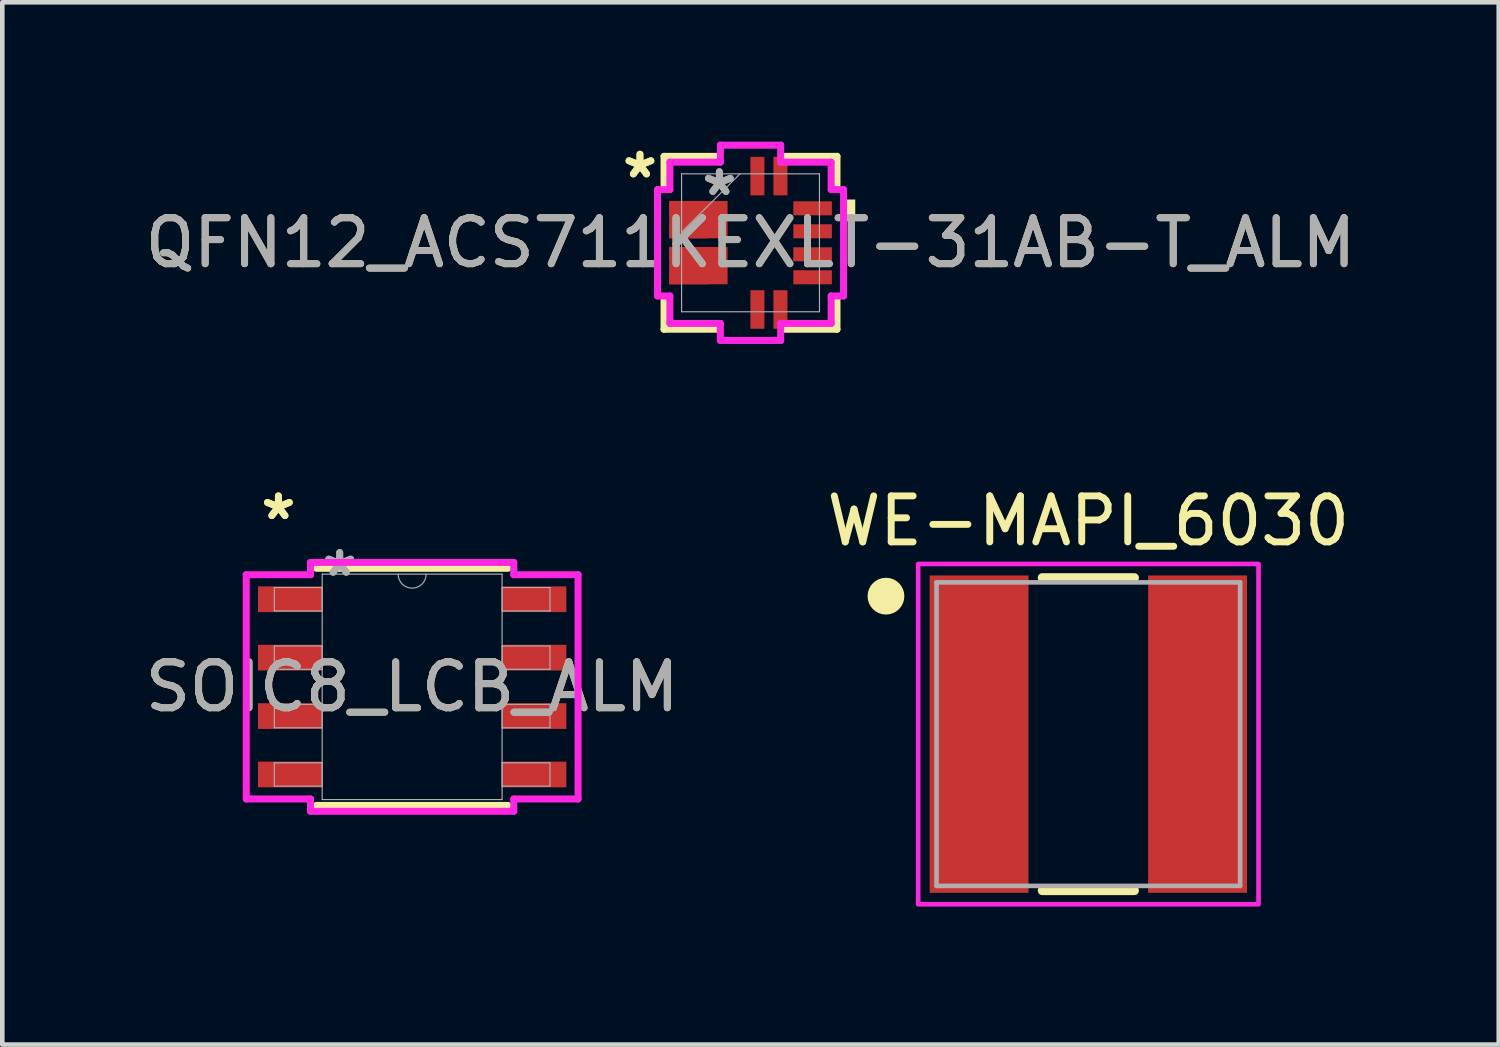
<source format=kicad_pcb>
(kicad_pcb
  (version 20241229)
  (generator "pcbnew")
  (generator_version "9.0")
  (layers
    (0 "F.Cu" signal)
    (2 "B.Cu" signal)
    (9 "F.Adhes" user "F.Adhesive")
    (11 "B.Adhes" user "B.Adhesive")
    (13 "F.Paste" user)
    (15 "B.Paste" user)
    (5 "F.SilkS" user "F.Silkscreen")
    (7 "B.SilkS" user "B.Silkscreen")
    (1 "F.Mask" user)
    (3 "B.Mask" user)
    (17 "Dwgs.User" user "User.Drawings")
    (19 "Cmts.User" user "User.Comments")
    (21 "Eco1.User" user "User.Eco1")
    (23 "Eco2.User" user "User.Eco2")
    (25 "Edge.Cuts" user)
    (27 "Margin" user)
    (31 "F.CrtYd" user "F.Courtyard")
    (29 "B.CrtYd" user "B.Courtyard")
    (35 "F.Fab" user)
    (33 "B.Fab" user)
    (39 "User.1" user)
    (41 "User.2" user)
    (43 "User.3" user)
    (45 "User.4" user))
  (footprint "SOIC8_LCB_ALM"
    (layer "F.Cu")
    (at 5.911 11.884)
    (property "Reference" "SOIC8_LCB_ALM" (at 0 0 0) (unlocked yes) (layer "F.SilkS") (effects (font (size 1 1) (thickness 0.15))))
    (attr smd)
    (fp_line (start -2.083 2.578) (end 2.083 2.578) (stroke (width 0.152) (type solid)) (layer "F.SilkS"))
    (fp_line (start 2.083 -2.578) (end -2.083 -2.578) (stroke (width 0.152) (type solid)) (layer "F.SilkS"))
    (fp_line (start -3.607 -2.438) (end -2.21 -2.438) (stroke (width 0.152) (type solid)) (layer "F.CrtYd"))
    (fp_line (start -3.607 2.438) (end -3.607 -2.438) (stroke (width 0.152) (type solid)) (layer "F.CrtYd"))
    (fp_line (start -3.607 2.438) (end -2.21 2.438) (stroke (width 0.152) (type solid)) (layer "F.CrtYd"))
    (fp_line (start -2.21 -2.705) (end 2.21 -2.705) (stroke (width 0.152) (type solid)) (layer "F.CrtYd"))
    (fp_line (start -2.21 -2.438) (end -2.21 -2.705) (stroke (width 0.152) (type solid)) (layer "F.CrtYd"))
    (fp_line (start -2.21 2.705) (end -2.21 2.438) (stroke (width 0.152) (type solid)) (layer "F.CrtYd"))
    (fp_line (start 2.21 -2.705) (end 2.21 -2.438) (stroke (width 0.152) (type solid)) (layer "F.CrtYd"))
    (fp_line (start 2.21 2.438) (end 2.21 2.705) (stroke (width 0.152) (type solid)) (layer "F.CrtYd"))
    (fp_line (start 2.21 2.705) (end -2.21 2.705) (stroke (width 0.152) (type solid)) (layer "F.CrtYd"))
    (fp_line (start 3.607 -2.438) (end 2.21 -2.438) (stroke (width 0.152) (type solid)) (layer "F.CrtYd"))
    (fp_line (start 3.607 -2.438) (end 3.607 2.438) (stroke (width 0.152) (type solid)) (layer "F.CrtYd"))
    (fp_line (start 3.607 2.438) (end 2.21 2.438) (stroke (width 0.152) (type solid)) (layer "F.CrtYd"))
    (fp_line (start -2.997 -2.159) (end -2.997 -1.651) (stroke (width 0.025) (type solid)) (layer "F.Fab"))
    (fp_line (start -2.997 -1.651) (end -1.956 -1.651) (stroke (width 0.025) (type solid)) (layer "F.Fab"))
    (fp_line (start -2.997 -0.889) (end -2.997 -0.381) (stroke (width 0.025) (type solid)) (layer "F.Fab"))
    (fp_line (start -2.997 -0.381) (end -1.956 -0.381) (stroke (width 0.025) (type solid)) (layer "F.Fab"))
    (fp_line (start -2.997 0.381) (end -2.997 0.889) (stroke (width 0.025) (type solid)) (layer "F.Fab"))
    (fp_line (start -2.997 0.889) (end -1.956 0.889) (stroke (width 0.025) (type solid)) (layer "F.Fab"))
    (fp_line (start -2.997 1.651) (end -2.997 2.159) (stroke (width 0.025) (type solid)) (layer "F.Fab"))
    (fp_line (start -2.997 2.159) (end -1.956 2.159) (stroke (width 0.025) (type solid)) (layer "F.Fab"))
    (fp_line (start -1.956 -2.451) (end -1.956 2.451) (stroke (width 0.025) (type solid)) (layer "F.Fab"))
    (fp_line (start -1.956 -2.159) (end -2.997 -2.159) (stroke (width 0.025) (type solid)) (layer "F.Fab"))
    (fp_line (start -1.956 -1.651) (end -1.956 -2.159) (stroke (width 0.025) (type solid)) (layer "F.Fab"))
    (fp_line (start -1.956 -0.889) (end -2.997 -0.889) (stroke (width 0.025) (type solid)) (layer "F.Fab"))
    (fp_line (start -1.956 -0.381) (end -1.956 -0.889) (stroke (width 0.025) (type solid)) (layer "F.Fab"))
    (fp_line (start -1.956 0.381) (end -2.997 0.381) (stroke (width 0.025) (type solid)) (layer "F.Fab"))
    (fp_line (start -1.956 0.889) (end -1.956 0.381) (stroke (width 0.025) (type solid)) (layer "F.Fab"))
    (fp_line (start -1.956 1.651) (end -2.997 1.651) (stroke (width 0.025) (type solid)) (layer "F.Fab"))
    (fp_line (start -1.956 2.159) (end -1.956 1.651) (stroke (width 0.025) (type solid)) (layer "F.Fab"))
    (fp_line (start -1.956 2.451) (end 1.956 2.451) (stroke (width 0.025) (type solid)) (layer "F.Fab"))
    (fp_line (start 1.956 -2.451) (end -1.956 -2.451) (stroke (width 0.025) (type solid)) (layer "F.Fab"))
    (fp_line (start 1.956 -2.159) (end 1.956 -1.651) (stroke (width 0.025) (type solid)) (layer "F.Fab"))
    (fp_line (start 1.956 -1.651) (end 2.997 -1.651) (stroke (width 0.025) (type solid)) (layer "F.Fab"))
    (fp_line (start 1.956 -0.889) (end 1.956 -0.381) (stroke (width 0.025) (type solid)) (layer "F.Fab"))
    (fp_line (start 1.956 -0.381) (end 2.997 -0.381) (stroke (width 0.025) (type solid)) (layer "F.Fab"))
    (fp_line (start 1.956 0.381) (end 1.956 0.889) (stroke (width 0.025) (type solid)) (layer "F.Fab"))
    (fp_line (start 1.956 0.889) (end 2.997 0.889) (stroke (width 0.025) (type solid)) (layer "F.Fab"))
    (fp_line (start 1.956 1.651) (end 1.956 2.159) (stroke (width 0.025) (type solid)) (layer "F.Fab"))
    (fp_line (start 1.956 2.159) (end 2.997 2.159) (stroke (width 0.025) (type solid)) (layer "F.Fab"))
    (fp_line (start 1.956 2.451) (end 1.956 -2.451) (stroke (width 0.025) (type solid)) (layer "F.Fab"))
    (fp_line (start 2.997 -2.159) (end 1.956 -2.159) (stroke (width 0.025) (type solid)) (layer "F.Fab"))
    (fp_line (start 2.997 -1.651) (end 2.997 -2.159) (stroke (width 0.025) (type solid)) (layer "F.Fab"))
    (fp_line (start 2.997 -0.889) (end 1.956 -0.889) (stroke (width 0.025) (type solid)) (layer "F.Fab"))
    (fp_line (start 2.997 -0.381) (end 2.997 -0.889) (stroke (width 0.025) (type solid)) (layer "F.Fab"))
    (fp_line (start 2.997 0.381) (end 1.956 0.381) (stroke (width 0.025) (type solid)) (layer "F.Fab"))
    (fp_line (start 2.997 0.889) (end 2.997 0.381) (stroke (width 0.025) (type solid)) (layer "F.Fab"))
    (fp_line (start 2.997 1.651) (end 1.956 1.651) (stroke (width 0.025) (type solid)) (layer "F.Fab"))
    (fp_line (start 2.997 2.159) (end 2.997 1.651) (stroke (width 0.025) (type solid)) (layer "F.Fab"))
    (fp_arc (start 0.3048 -2.4511) (mid 0 -2.1463) (end -0.3048 -2.4511) (stroke (width 0.0254) (type solid)) (layer "F.Fab"))
    (fp_text user "*" (at -2.908 -3.607 0) (layer "F.SilkS") (effects (font (size 1 1) (thickness 0.15))))
    (fp_text user "*" (at -2.908 -3.607 0) (unlocked yes) (layer "F.SilkS") (effects (font (size 1 1) (thickness 0.15))))
    (fp_text user "${REFERENCE}" (at 0 0 0) (unlocked yes) (layer "F.Fab") (effects (font (size 1 1) (thickness 0.15))))
    (fp_text user "*" (at -1.575 -2.375 0) (layer "F.Fab") (effects (font (size 1 1) (thickness 0.15))))
    (fp_text user "*" (at -1.575 -2.375 0) (unlocked yes) (layer "F.Fab") (effects (font (size 1 1) (thickness 0.15))))
    (pad "1" smd rect (at -2.654 -1.905) (size 1.397 0.559) (layers "F.Cu" "F.Mask" "F.Paste"))
    (pad "2" smd rect (at -2.654 -0.635) (size 1.397 0.559) (layers "F.Cu" "F.Mask" "F.Paste"))
    (pad "3" smd rect (at -2.654 0.635) (size 1.397 0.559) (layers "F.Cu" "F.Mask" "F.Paste"))
    (pad "4" smd rect (at -2.654 1.905) (size 1.397 0.559) (layers "F.Cu" "F.Mask" "F.Paste"))
    (pad "5" smd rect (at 2.654 1.905) (size 1.397 0.559) (layers "F.Cu" "F.Mask" "F.Paste"))
    (pad "6" smd rect (at 2.654 0.635) (size 1.397 0.559) (layers "F.Cu" "F.Mask" "F.Paste"))
    (pad "7" smd rect (at 2.654 -0.635) (size 1.397 0.559) (layers "F.Cu" "F.Mask" "F.Paste"))
    (pad "8" smd rect (at 2.654 -1.905) (size 1.397 0.559) (layers "F.Cu" "F.Mask" "F.Paste")))
  (footprint "WE-MAPI_6030"
    (layer "F.Cu")
    (at 20.613 12.912)
    (property "Reference" "WE-MAPI_6030" (at 0 -4.635 0) (layer "F.SilkS") (effects (font (size 1 1) (thickness 0.15))))
    (attr smd)
    (fp_line (start -1 -3.4) (end 1 -3.4) (stroke (width 0.2) (type solid)) (layer "F.SilkS"))
    (fp_line (start -1 3.4) (end 1 3.4) (stroke (width 0.2) (type solid)) (layer "F.SilkS"))
    (fp_circle (center -4.4 -3) (end -4.2 -3) (stroke (width 0.4) (type solid)) (fill no) (layer "F.SilkS"))
    (fp_poly (pts (xy -3.7 -3.7) (xy 3.7 -3.7) (xy 3.7 3.7) (xy -3.7 3.7)) (stroke (width 0.1) (type solid)) (fill no) (layer "F.CrtYd"))
    (fp_line (start -3.3 -3.3) (end 3.3 -3.3) (stroke (width 0.1) (type solid)) (layer "F.Fab"))
    (fp_line (start -3.3 3.3) (end -3.3 -3.3) (stroke (width 0.1) (type solid)) (layer "F.Fab"))
    (fp_line (start 3.3 -3.3) (end 3.3 3.3) (stroke (width 0.1) (type solid)) (layer "F.Fab"))
    (fp_line (start 3.3 3.3) (end -3.3 3.3) (stroke (width 0.1) (type solid)) (layer "F.Fab"))
    (pad "1" smd rect (at -2.375 0) (size 2.15 6.9) (layers "F.Cu" "F.Mask" "F.Paste"))
    (pad "2" smd rect (at 2.375 0) (size 2.15 6.9) (layers "F.Cu" "F.Mask" "F.Paste"))
    (zone (net_name "") (layer "F.Cu") (hatch full 0.508) (connect_pads) (min_thickness 0.01) (filled_areas_thickness no) (keepout (tracks not_allowed) (vias not_allowed) (pads not_allowed) (copperpour not_allowed) (footprints allowed)) (placement (enabled no)) (fill) (polygon (pts (xy 19.313 9.462) (xy 21.913 9.462) (xy 21.913 16.362) (xy 19.313 16.362))))
    (zone (net_name "") (layers "F.Cu" "B.Cu") (hatch full 0.508) (connect_pads) (min_thickness 0.01) (filled_areas_thickness no) (keepout (tracks allowed) (vias not_allowed) (pads allowed) (copperpour allowed) (footprints allowed)) (placement (enabled no)) (fill) (polygon (pts (xy 19.313 9.462) (xy 21.913 9.462) (xy 21.913 16.362) (xy 19.313 16.362)))))
  (footprint "QFN12_ACS711KEXLT-31AB-T_ALM"
    (layer "F.Cu")
    (at 13.268 2.229)
    (property "Reference" "QFN12_ACS711KEXLT-31AB-T_ALM" (at 0 0 0) (unlocked yes) (layer "F.SilkS") (effects (font (size 1 1) (thickness 0.15))))
    (attr smd)
    (fp_poly (pts (xy -0.499 -0.91) (xy -0.499 -0.098) (xy -1.769 -0.098) (xy -1.769 -0.91)) (stroke (width 0) (type solid)) (fill yes) (layer "F.Cu"))
    (fp_poly (pts (xy -0.499 0.09) (xy -0.499 0.902) (xy -1.769 0.902) (xy -1.769 0.09)) (stroke (width 0) (type solid)) (fill yes) (layer "F.Cu"))
    (fp_poly (pts (xy -0.499 -0.91) (xy -0.499 -0.098) (xy -1.769 -0.098) (xy -1.769 -0.91)) (stroke (width 0) (type solid)) (fill yes) (layer "F.Mask"))
    (fp_poly (pts (xy -0.499 0.09) (xy -0.499 0.902) (xy -1.769 0.902) (xy -1.769 0.09)) (stroke (width 0) (type solid)) (fill yes) (layer "F.Mask"))
    (fp_line (start -1.88 -1.88) (end -1.88 -1.216) (stroke (width 0.152) (type solid)) (layer "F.SilkS"))
    (fp_line (start -1.88 1.216) (end -1.88 1.88) (stroke (width 0.152) (type solid)) (layer "F.SilkS"))
    (fp_line (start -1.88 1.88) (end -0.735 1.88) (stroke (width 0.152) (type solid)) (layer "F.SilkS"))
    (fp_line (start -0.735 -1.88) (end -1.88 -1.88) (stroke (width 0.152) (type solid)) (layer "F.SilkS"))
    (fp_line (start 0.735 1.88) (end 1.88 1.88) (stroke (width 0.152) (type solid)) (layer "F.SilkS"))
    (fp_line (start 1.88 -1.88) (end 0.735 -1.88) (stroke (width 0.152) (type solid)) (layer "F.SilkS"))
    (fp_line (start 1.88 -1.216) (end 1.88 -1.88) (stroke (width 0.152) (type solid)) (layer "F.SilkS"))
    (fp_line (start 1.88 1.88) (end 1.88 1.216) (stroke (width 0.152) (type solid)) (layer "F.SilkS"))
    (fp_poly (pts (xy 2.277 -0.941) (xy 2.277 -0.56) (xy 2.023 -0.56) (xy 2.023 -0.941)) (stroke (width 0) (type solid)) (fill yes) (layer "F.SilkS"))
    (fp_poly (pts (xy -0.499 -0.91) (xy -0.499 -0.098) (xy -1.769 -0.098) (xy -1.769 -0.91)) (stroke (width 0) (type solid)) (fill yes) (layer "F.Paste"))
    (fp_poly (pts (xy -0.499 0.09) (xy -0.499 0.902) (xy -1.769 0.902) (xy -1.769 0.09)) (stroke (width 0) (type solid)) (fill yes) (layer "F.Paste"))
    (fp_line (start -2.023 -1.156) (end -1.753 -1.156) (stroke (width 0.152) (type solid)) (layer "F.CrtYd"))
    (fp_line (start -2.023 1.156) (end -2.023 -1.156) (stroke (width 0.152) (type solid)) (layer "F.CrtYd"))
    (fp_line (start -1.753 -1.753) (end -0.656 -1.753) (stroke (width 0.152) (type solid)) (layer "F.CrtYd"))
    (fp_line (start -1.753 -1.156) (end -1.753 -1.753) (stroke (width 0.152) (type solid)) (layer "F.CrtYd"))
    (fp_line (start -1.753 1.156) (end -2.023 1.156) (stroke (width 0.152) (type solid)) (layer "F.CrtYd"))
    (fp_line (start -1.753 1.753) (end -1.753 1.156) (stroke (width 0.152) (type solid)) (layer "F.CrtYd"))
    (fp_line (start -0.656 -2.123) (end 0.656 -2.123) (stroke (width 0.152) (type solid)) (layer "F.CrtYd"))
    (fp_line (start -0.656 -1.753) (end -0.656 -2.123) (stroke (width 0.152) (type solid)) (layer "F.CrtYd"))
    (fp_line (start -0.656 1.753) (end -1.753 1.753) (stroke (width 0.152) (type solid)) (layer "F.CrtYd"))
    (fp_line (start -0.656 2.123) (end -0.656 1.753) (stroke (width 0.152) (type solid)) (layer "F.CrtYd"))
    (fp_line (start 0.656 -2.123) (end 0.656 -1.753) (stroke (width 0.152) (type solid)) (layer "F.CrtYd"))
    (fp_line (start 0.656 -1.753) (end 1.753 -1.753) (stroke (width 0.152) (type solid)) (layer "F.CrtYd"))
    (fp_line (start 0.656 1.753) (end 0.656 2.123) (stroke (width 0.152) (type solid)) (layer "F.CrtYd"))
    (fp_line (start 0.656 2.123) (end -0.656 2.123) (stroke (width 0.152) (type solid)) (layer "F.CrtYd"))
    (fp_line (start 1.753 -1.753) (end 1.753 -1.156) (stroke (width 0.152) (type solid)) (layer "F.CrtYd"))
    (fp_line (start 1.753 -1.156) (end 2.023 -1.156) (stroke (width 0.152) (type solid)) (layer "F.CrtYd"))
    (fp_line (start 1.753 1.156) (end 1.753 1.753) (stroke (width 0.152) (type solid)) (layer "F.CrtYd"))
    (fp_line (start 1.753 1.753) (end 0.656 1.753) (stroke (width 0.152) (type solid)) (layer "F.CrtYd"))
    (fp_line (start 2.023 -1.156) (end 2.023 1.156) (stroke (width 0.152) (type solid)) (layer "F.CrtYd"))
    (fp_line (start 2.023 1.156) (end 1.753 1.156) (stroke (width 0.152) (type solid)) (layer "F.CrtYd"))
    (fp_line (start -1.499 -1.499) (end -1.499 1.499) (stroke (width 0.025) (type solid)) (layer "F.Fab"))
    (fp_line (start -1.499 -0.229) (end -0.229 -1.499) (stroke (width 0.025) (type solid)) (layer "F.Fab"))
    (fp_line (start -1.499 1.499) (end 1.499 1.499) (stroke (width 0.025) (type solid)) (layer "F.Fab"))
    (fp_line (start 1.499 -1.499) (end -1.499 -1.499) (stroke (width 0.025) (type solid)) (layer "F.Fab"))
    (fp_line (start 1.499 1.499) (end 1.499 -1.499) (stroke (width 0.025) (type solid)) (layer "F.Fab"))
    (fp_text user "*" (at -2.404 -1.381 0) (unlocked yes) (layer "F.SilkS") (effects (font (size 1 1) (thickness 0.15))))
    (fp_text user "*" (at -2.404 -1.381 0) (layer "F.SilkS") (effects (font (size 1 1) (thickness 0.15))))
    (fp_text user "*" (at -0.677 -1 0) (unlocked yes) (layer "F.Fab") (effects (font (size 1 1) (thickness 0.15))))
    (fp_text user "${REFERENCE}" (at 0 0 0) (unlocked yes) (layer "F.Fab") (effects (font (size 1 1) (thickness 0.15))))
    (fp_text user "*" (at -0.677 -1 0) (layer "F.Fab") (effects (font (size 1 1) (thickness 0.15))))
    (pad "1" smd rect (at -1.35 -0.75 90) (size 0.305 0.838) (layers "F.Cu" "F.Mask" "F.Paste"))
    (pad "2" smd rect (at -1.35 -0.25 90) (size 0.305 0.838) (layers "F.Cu" "F.Mask" "F.Paste"))
    (pad "3" smd rect (at -1.35 0.25 90) (size 0.305 0.838) (layers "F.Cu" "F.Mask" "F.Paste"))
    (pad "4" smd rect (at -1.35 0.75 90) (size 0.305 0.838) (layers "F.Cu" "F.Mask" "F.Paste"))
    (pad "5" smd rect (at 0.15 1.45) (size 0.305 0.838) (layers "F.Cu" "F.Mask" "F.Paste"))
    (pad "6" smd rect (at 0.65 1.45) (size 0.305 0.838) (layers "F.Cu" "F.Mask" "F.Paste"))
    (pad "7" smd rect (at 1.35 0.75 90) (size 0.305 0.838) (layers "F.Cu" "F.Mask" "F.Paste"))
    (pad "8" smd rect (at 1.35 0.25 90) (size 0.305 0.838) (layers "F.Cu" "F.Mask" "F.Paste"))
    (pad "9" smd rect (at 1.35 -0.25 90) (size 0.305 0.838) (layers "F.Cu" "F.Mask" "F.Paste"))
    (pad "10" smd rect (at 1.35 -0.75 90) (size 0.305 0.838) (layers "F.Cu" "F.Mask" "F.Paste"))
    (pad "11" smd rect (at 0.65 -1.45) (size 0.305 0.838) (layers "F.Cu" "F.Mask" "F.Paste"))
    (pad "12" smd rect (at 0.15 -1.45) (size 0.305 0.838) (layers "F.Cu" "F.Mask" "F.Paste")))
  (gr_rect
    (start -3 -3)
    (end 29.536 19.662)
    (stroke (width 0.1) (type default))
    (fill no)
    (layer "Edge.Cuts")))
</source>
